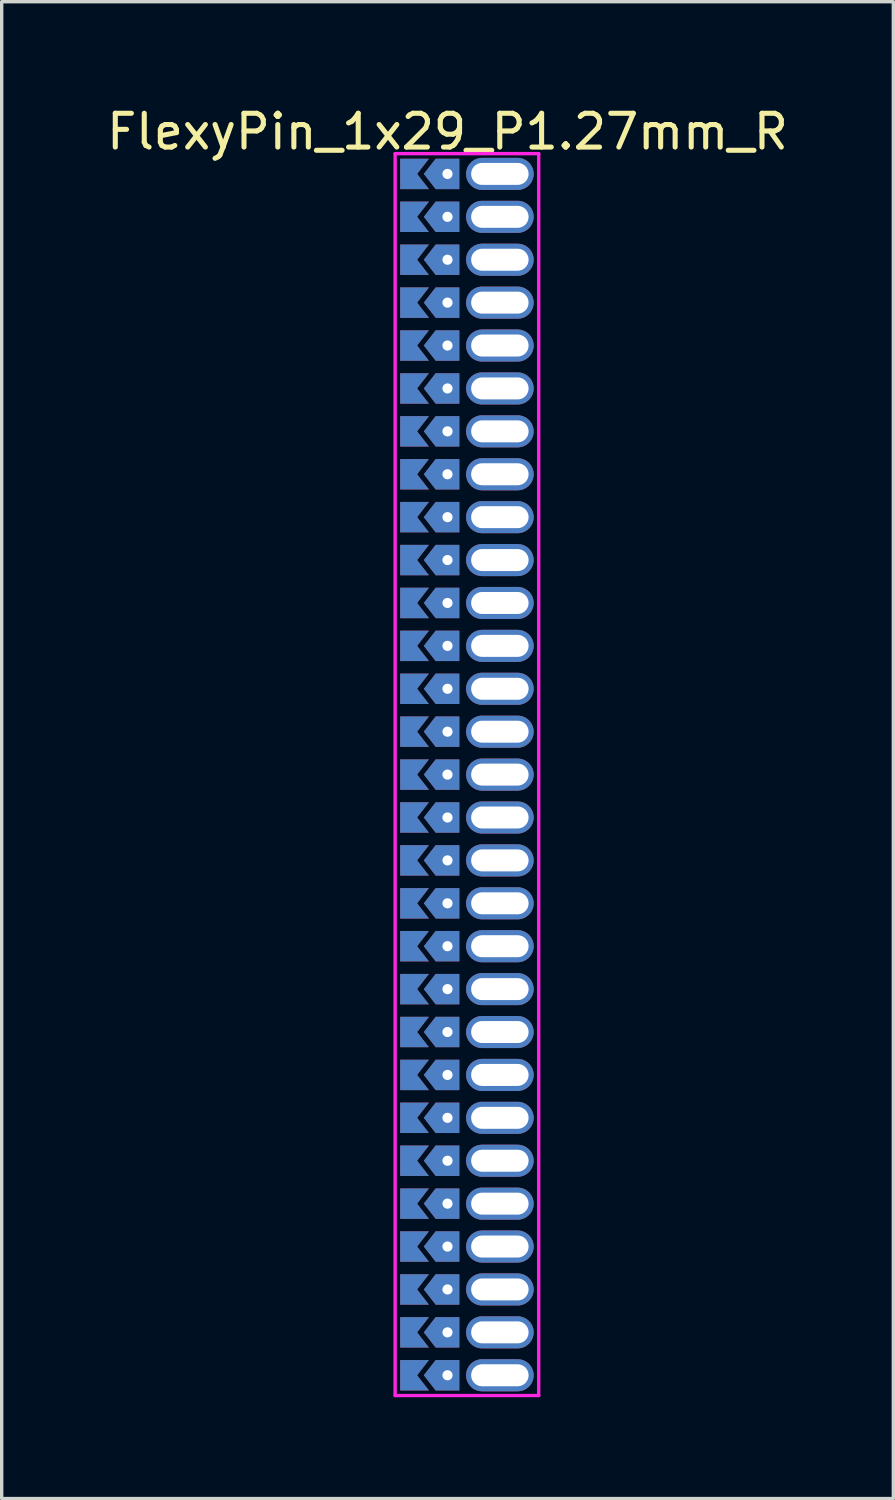
<source format=kicad_pcb>
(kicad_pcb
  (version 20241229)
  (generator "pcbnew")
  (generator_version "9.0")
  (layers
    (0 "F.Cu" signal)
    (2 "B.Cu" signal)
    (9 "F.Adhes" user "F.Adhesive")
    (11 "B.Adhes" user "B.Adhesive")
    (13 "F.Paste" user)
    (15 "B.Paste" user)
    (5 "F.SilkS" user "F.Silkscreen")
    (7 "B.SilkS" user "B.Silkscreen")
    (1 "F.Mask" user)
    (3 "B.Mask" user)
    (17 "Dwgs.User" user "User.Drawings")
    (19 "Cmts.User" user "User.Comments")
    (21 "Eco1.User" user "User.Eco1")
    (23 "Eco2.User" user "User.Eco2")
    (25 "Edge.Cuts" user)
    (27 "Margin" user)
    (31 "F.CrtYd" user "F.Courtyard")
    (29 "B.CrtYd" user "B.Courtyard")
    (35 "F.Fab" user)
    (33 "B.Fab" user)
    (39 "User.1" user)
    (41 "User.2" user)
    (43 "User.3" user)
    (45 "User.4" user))
  (footprint "FlexyPin_1x29_P1.27mm_R"
    (layer "F.Cu")
    (at 10.196 2.098)
    (property "Reference" "FlexyPin_1x29_P1.27mm_R" (at 0 -1.25 0) (layer "F.SilkS") (effects (font (size 1 1) (thickness 0.15))))
    (attr through_hole)
    (fp_line (start -1.55 -0.6) (end 2.7 -0.6) (stroke (width 0.1) (type solid)) (layer "F.CrtYd"))
    (fp_line (start -1.55 36.16) (end -1.55 -0.6) (stroke (width 0.1) (type solid)) (layer "F.CrtYd"))
    (fp_line (start 2.7 -0.6) (end 2.7 36.16) (stroke (width 0.1) (type solid)) (layer "F.CrtYd"))
    (fp_line (start 2.7 36.16) (end -1.55 36.16) (stroke (width 0.1) (type solid)) (layer "F.CrtYd"))
    (pad "" thru_hole custom (at 0 0) (size 0.3 0.3) (drill 0.6) (layers "*.Cu" "*.Mask") (options (anchor rect)) (primitives (gr_poly (pts (xy 0.35 0.45) (xy 0.35 -0.45) (xy -0.35 -0.45) (xy -0.7 0) (xy -0.35 0.45)) (width 0) (fill yes))))
    (pad "" thru_hole custom (at 0 1.27) (size 0.3 0.3) (drill 0.6) (layers "*.Cu" "*.Mask") (options (anchor rect)) (primitives (gr_poly (pts (xy 0.35 0.45) (xy 0.35 -0.45) (xy -0.35 -0.45) (xy -0.7 0) (xy -0.35 0.45)) (width 0) (fill yes))))
    (pad "" thru_hole custom (at 0 2.54) (size 0.3 0.3) (drill 0.6) (layers "*.Cu" "*.Mask") (options (anchor rect)) (primitives (gr_poly (pts (xy 0.35 0.45) (xy 0.35 -0.45) (xy -0.35 -0.45) (xy -0.7 0) (xy -0.35 0.45)) (width 0) (fill yes))))
    (pad "" thru_hole custom (at 0 3.81) (size 0.3 0.3) (drill 0.6) (layers "*.Cu" "*.Mask") (options (anchor rect)) (primitives (gr_poly (pts (xy 0.35 0.45) (xy 0.35 -0.45) (xy -0.35 -0.45) (xy -0.7 0) (xy -0.35 0.45)) (width 0) (fill yes))))
    (pad "" thru_hole custom (at 0 5.08) (size 0.3 0.3) (drill 0.6) (layers "*.Cu" "*.Mask") (options (anchor rect)) (primitives (gr_poly (pts (xy 0.35 0.45) (xy 0.35 -0.45) (xy -0.35 -0.45) (xy -0.7 0) (xy -0.35 0.45)) (width 0) (fill yes))))
    (pad "" thru_hole custom (at 0 6.35) (size 0.3 0.3) (drill 0.6) (layers "*.Cu" "*.Mask") (options (anchor rect)) (primitives (gr_poly (pts (xy 0.35 0.45) (xy 0.35 -0.45) (xy -0.35 -0.45) (xy -0.7 0) (xy -0.35 0.45)) (width 0) (fill yes))))
    (pad "" thru_hole custom (at 0 7.62) (size 0.3 0.3) (drill 0.6) (layers "*.Cu" "*.Mask") (options (anchor rect)) (primitives (gr_poly (pts (xy 0.35 0.45) (xy 0.35 -0.45) (xy -0.35 -0.45) (xy -0.7 0) (xy -0.35 0.45)) (width 0) (fill yes))))
    (pad "" thru_hole custom (at 0 8.89) (size 0.3 0.3) (drill 0.6) (layers "*.Cu" "*.Mask") (options (anchor rect)) (primitives (gr_poly (pts (xy 0.35 0.45) (xy 0.35 -0.45) (xy -0.35 -0.45) (xy -0.7 0) (xy -0.35 0.45)) (width 0) (fill yes))))
    (pad "" thru_hole custom (at 0 10.16) (size 0.3 0.3) (drill 0.6) (layers "*.Cu" "*.Mask") (options (anchor rect)) (primitives (gr_poly (pts (xy 0.35 0.45) (xy 0.35 -0.45) (xy -0.35 -0.45) (xy -0.7 0) (xy -0.35 0.45)) (width 0) (fill yes))))
    (pad "" thru_hole custom (at 0 11.43) (size 0.3 0.3) (drill 0.6) (layers "*.Cu" "*.Mask") (options (anchor rect)) (primitives (gr_poly (pts (xy 0.35 0.45) (xy 0.35 -0.45) (xy -0.35 -0.45) (xy -0.7 0) (xy -0.35 0.45)) (width 0) (fill yes))))
    (pad "" thru_hole custom (at 0 12.7) (size 0.3 0.3) (drill 0.6) (layers "*.Cu" "*.Mask") (options (anchor rect)) (primitives (gr_poly (pts (xy 0.35 0.45) (xy 0.35 -0.45) (xy -0.35 -0.45) (xy -0.7 0) (xy -0.35 0.45)) (width 0) (fill yes))))
    (pad "" thru_hole custom (at 0 13.97) (size 0.3 0.3) (drill 0.6) (layers "*.Cu" "*.Mask") (options (anchor rect)) (primitives (gr_poly (pts (xy 0.35 0.45) (xy 0.35 -0.45) (xy -0.35 -0.45) (xy -0.7 0) (xy -0.35 0.45)) (width 0) (fill yes))))
    (pad "" thru_hole custom (at 0 15.24) (size 0.3 0.3) (drill 0.6) (layers "*.Cu" "*.Mask") (options (anchor rect)) (primitives (gr_poly (pts (xy 0.35 0.45) (xy 0.35 -0.45) (xy -0.35 -0.45) (xy -0.7 0) (xy -0.35 0.45)) (width 0) (fill yes))))
    (pad "" thru_hole custom (at 0 16.51) (size 0.3 0.3) (drill 0.6) (layers "*.Cu" "*.Mask") (options (anchor rect)) (primitives (gr_poly (pts (xy 0.35 0.45) (xy 0.35 -0.45) (xy -0.35 -0.45) (xy -0.7 0) (xy -0.35 0.45)) (width 0) (fill yes))))
    (pad "" thru_hole custom (at 0 17.78) (size 0.3 0.3) (drill 0.6) (layers "*.Cu" "*.Mask") (options (anchor rect)) (primitives (gr_poly (pts (xy 0.35 0.45) (xy 0.35 -0.45) (xy -0.35 -0.45) (xy -0.7 0) (xy -0.35 0.45)) (width 0) (fill yes))))
    (pad "" thru_hole custom (at 0 19.05) (size 0.3 0.3) (drill 0.6) (layers "*.Cu" "*.Mask") (options (anchor rect)) (primitives (gr_poly (pts (xy 0.35 0.45) (xy 0.35 -0.45) (xy -0.35 -0.45) (xy -0.7 0) (xy -0.35 0.45)) (width 0) (fill yes))))
    (pad "" thru_hole custom (at 0 20.32) (size 0.3 0.3) (drill 0.6) (layers "*.Cu" "*.Mask") (options (anchor rect)) (primitives (gr_poly (pts (xy 0.35 0.45) (xy 0.35 -0.45) (xy -0.35 -0.45) (xy -0.7 0) (xy -0.35 0.45)) (width 0) (fill yes))))
    (pad "" thru_hole custom (at 0 21.59) (size 0.3 0.3) (drill 0.6) (layers "*.Cu" "*.Mask") (options (anchor rect)) (primitives (gr_poly (pts (xy 0.35 0.45) (xy 0.35 -0.45) (xy -0.35 -0.45) (xy -0.7 0) (xy -0.35 0.45)) (width 0) (fill yes))))
    (pad "" thru_hole custom (at 0 22.86) (size 0.3 0.3) (drill 0.6) (layers "*.Cu" "*.Mask") (options (anchor rect)) (primitives (gr_poly (pts (xy 0.35 0.45) (xy 0.35 -0.45) (xy -0.35 -0.45) (xy -0.7 0) (xy -0.35 0.45)) (width 0) (fill yes))))
    (pad "" thru_hole custom (at 0 24.13) (size 0.3 0.3) (drill 0.6) (layers "*.Cu" "*.Mask") (options (anchor rect)) (primitives (gr_poly (pts (xy 0.35 0.45) (xy 0.35 -0.45) (xy -0.35 -0.45) (xy -0.7 0) (xy -0.35 0.45)) (width 0) (fill yes))))
    (pad "" thru_hole custom (at 0 25.4) (size 0.3 0.3) (drill 0.6) (layers "*.Cu" "*.Mask") (options (anchor rect)) (primitives (gr_poly (pts (xy 0.35 0.45) (xy 0.35 -0.45) (xy -0.35 -0.45) (xy -0.7 0) (xy -0.35 0.45)) (width 0) (fill yes))))
    (pad "" thru_hole custom (at 0 26.67) (size 0.3 0.3) (drill 0.6) (layers "*.Cu" "*.Mask") (options (anchor rect)) (primitives (gr_poly (pts (xy 0.35 0.45) (xy 0.35 -0.45) (xy -0.35 -0.45) (xy -0.7 0) (xy -0.35 0.45)) (width 0) (fill yes))))
    (pad "" thru_hole custom (at 0 27.94) (size 0.3 0.3) (drill 0.6) (layers "*.Cu" "*.Mask") (options (anchor rect)) (primitives (gr_poly (pts (xy 0.35 0.45) (xy 0.35 -0.45) (xy -0.35 -0.45) (xy -0.7 0) (xy -0.35 0.45)) (width 0) (fill yes))))
    (pad "" thru_hole custom (at 0 29.21) (size 0.3 0.3) (drill 0.6) (layers "*.Cu" "*.Mask") (options (anchor rect)) (primitives (gr_poly (pts (xy 0.35 0.45) (xy 0.35 -0.45) (xy -0.35 -0.45) (xy -0.7 0) (xy -0.35 0.45)) (width 0) (fill yes))))
    (pad "" thru_hole custom (at 0 30.48) (size 0.3 0.3) (drill 0.6) (layers "*.Cu" "*.Mask") (options (anchor rect)) (primitives (gr_poly (pts (xy 0.35 0.45) (xy 0.35 -0.45) (xy -0.35 -0.45) (xy -0.7 0) (xy -0.35 0.45)) (width 0) (fill yes))))
    (pad "" thru_hole custom (at 0 31.75) (size 0.3 0.3) (drill 0.6) (layers "*.Cu" "*.Mask") (options (anchor rect)) (primitives (gr_poly (pts (xy 0.35 0.45) (xy 0.35 -0.45) (xy -0.35 -0.45) (xy -0.7 0) (xy -0.35 0.45)) (width 0) (fill yes))))
    (pad "" thru_hole custom (at 0 33.02) (size 0.3 0.3) (drill 0.6) (layers "*.Cu" "*.Mask") (options (anchor rect)) (primitives (gr_poly (pts (xy 0.35 0.45) (xy 0.35 -0.45) (xy -0.35 -0.45) (xy -0.7 0) (xy -0.35 0.45)) (width 0) (fill yes))))
    (pad "" thru_hole custom (at 0 34.29) (size 0.3 0.3) (drill 0.6) (layers "*.Cu" "*.Mask") (options (anchor rect)) (primitives (gr_poly (pts (xy 0.35 0.45) (xy 0.35 -0.45) (xy -0.35 -0.45) (xy -0.7 0) (xy -0.35 0.45)) (width 0) (fill yes))))
    (pad "" thru_hole custom (at 0 35.56) (size 0.3 0.3) (drill 0.6) (layers "*.Cu" "*.Mask") (options (anchor rect)) (primitives (gr_poly (pts (xy 0.35 0.45) (xy 0.35 -0.45) (xy -0.35 -0.45) (xy -0.7 0) (xy -0.35 0.45)) (width 0) (fill yes))))
    (pad "" thru_hole oval (at 1.55 0) (size 2 0.95) (drill oval 1.7 0.65) (layers "*.Cu" "*.Mask"))
    (pad "" thru_hole oval (at 1.55 1.27) (size 2 0.95) (drill oval 1.7 0.65) (layers "*.Cu" "*.Mask"))
    (pad "" thru_hole oval (at 1.55 2.54) (size 2 0.95) (drill oval 1.7 0.65) (layers "*.Cu" "*.Mask"))
    (pad "" thru_hole oval (at 1.55 3.81) (size 2 0.95) (drill oval 1.7 0.65) (layers "*.Cu" "*.Mask"))
    (pad "" thru_hole oval (at 1.55 5.08) (size 2 0.95) (drill oval 1.7 0.65) (layers "*.Cu" "*.Mask"))
    (pad "" thru_hole oval (at 1.55 6.35) (size 2 0.95) (drill oval 1.7 0.65) (layers "*.Cu" "*.Mask"))
    (pad "" thru_hole oval (at 1.55 7.62) (size 2 0.95) (drill oval 1.7 0.65) (layers "*.Cu" "*.Mask"))
    (pad "" thru_hole oval (at 1.55 8.89) (size 2 0.95) (drill oval 1.7 0.65) (layers "*.Cu" "*.Mask"))
    (pad "" thru_hole oval (at 1.55 10.16) (size 2 0.95) (drill oval 1.7 0.65) (layers "*.Cu" "*.Mask"))
    (pad "" thru_hole oval (at 1.55 11.43) (size 2 0.95) (drill oval 1.7 0.65) (layers "*.Cu" "*.Mask"))
    (pad "" thru_hole oval (at 1.55 12.7) (size 2 0.95) (drill oval 1.7 0.65) (layers "*.Cu" "*.Mask"))
    (pad "" thru_hole oval (at 1.55 13.97) (size 2 0.95) (drill oval 1.7 0.65) (layers "*.Cu" "*.Mask"))
    (pad "" thru_hole oval (at 1.55 15.24) (size 2 0.95) (drill oval 1.7 0.65) (layers "*.Cu" "*.Mask"))
    (pad "" thru_hole oval (at 1.55 16.51) (size 2 0.95) (drill oval 1.7 0.65) (layers "*.Cu" "*.Mask"))
    (pad "" thru_hole oval (at 1.55 17.78) (size 2 0.95) (drill oval 1.7 0.65) (layers "*.Cu" "*.Mask"))
    (pad "" thru_hole oval (at 1.55 19.05) (size 2 0.95) (drill oval 1.7 0.65) (layers "*.Cu" "*.Mask"))
    (pad "" thru_hole oval (at 1.55 20.32) (size 2 0.95) (drill oval 1.7 0.65) (layers "*.Cu" "*.Mask"))
    (pad "" thru_hole oval (at 1.55 21.59) (size 2 0.95) (drill oval 1.7 0.65) (layers "*.Cu" "*.Mask"))
    (pad "" thru_hole oval (at 1.55 22.86) (size 2 0.95) (drill oval 1.7 0.65) (layers "*.Cu" "*.Mask"))
    (pad "" thru_hole oval (at 1.55 24.13) (size 2 0.95) (drill oval 1.7 0.65) (layers "*.Cu" "*.Mask"))
    (pad "" thru_hole oval (at 1.55 25.4) (size 2 0.95) (drill oval 1.7 0.65) (layers "*.Cu" "*.Mask"))
    (pad "" thru_hole oval (at 1.55 26.67) (size 2 0.95) (drill oval 1.7 0.65) (layers "*.Cu" "*.Mask"))
    (pad "" thru_hole oval (at 1.55 27.94) (size 2 0.95) (drill oval 1.7 0.65) (layers "*.Cu" "*.Mask"))
    (pad "" thru_hole oval (at 1.55 29.21) (size 2 0.95) (drill oval 1.7 0.65) (layers "*.Cu" "*.Mask"))
    (pad "" thru_hole oval (at 1.55 30.48) (size 2 0.95) (drill oval 1.7 0.65) (layers "*.Cu" "*.Mask"))
    (pad "" thru_hole oval (at 1.55 31.75) (size 2 0.95) (drill oval 1.7 0.65) (layers "*.Cu" "*.Mask"))
    (pad "" thru_hole oval (at 1.55 33.02) (size 2 0.95) (drill oval 1.7 0.65) (layers "*.Cu" "*.Mask"))
    (pad "" thru_hole oval (at 1.55 34.29) (size 2 0.95) (drill oval 1.7 0.65) (layers "*.Cu" "*.Mask"))
    (pad "" thru_hole oval (at 1.55 35.56) (size 2 0.95) (drill oval 1.7 0.65) (layers "*.Cu" "*.Mask"))
    (pad "1" smd custom (at -0.9 0) (size 0.01 0.01) (layers "F.Cu" "F.Mask") (options (anchor rect)) (primitives (gr_poly (pts (xy 0 0) (xy 0.35 0.45) (xy -0.5 0.45) (xy -0.5 -0.45) (xy 0.35 -0.45)) (width 0) (fill yes))))
    (pad "1" smd custom (at -0.9 1.27) (size 0.01 0.01) (layers "F.Cu" "F.Mask") (options (anchor rect)) (primitives (gr_poly (pts (xy 0 0) (xy 0.35 0.45) (xy -0.5 0.45) (xy -0.5 -0.45) (xy 0.35 -0.45)) (width 0) (fill yes))))
    (pad "1" smd custom (at -0.9 2.54) (size 0.01 0.01) (layers "F.Cu" "F.Mask") (options (anchor rect)) (primitives (gr_poly (pts (xy 0 0) (xy 0.35 0.45) (xy -0.5 0.45) (xy -0.5 -0.45) (xy 0.35 -0.45)) (width 0) (fill yes))))
    (pad "1" smd custom (at -0.9 3.81) (size 0.01 0.01) (layers "F.Cu" "F.Mask") (options (anchor rect)) (primitives (gr_poly (pts (xy 0 0) (xy 0.35 0.45) (xy -0.5 0.45) (xy -0.5 -0.45) (xy 0.35 -0.45)) (width 0) (fill yes))))
    (pad "1" smd custom (at -0.9 5.08) (size 0.01 0.01) (layers "F.Cu" "F.Mask") (options (anchor rect)) (primitives (gr_poly (pts (xy 0 0) (xy 0.35 0.45) (xy -0.5 0.45) (xy -0.5 -0.45) (xy 0.35 -0.45)) (width 0) (fill yes))))
    (pad "1" smd custom (at -0.9 6.35) (size 0.01 0.01) (layers "F.Cu" "F.Mask") (options (anchor rect)) (primitives (gr_poly (pts (xy 0 0) (xy 0.35 0.45) (xy -0.5 0.45) (xy -0.5 -0.45) (xy 0.35 -0.45)) (width 0) (fill yes))))
    (pad "1" smd custom (at -0.9 7.62) (size 0.01 0.01) (layers "F.Cu" "F.Mask") (options (anchor rect)) (primitives (gr_poly (pts (xy 0 0) (xy 0.35 0.45) (xy -0.5 0.45) (xy -0.5 -0.45) (xy 0.35 -0.45)) (width 0) (fill yes))))
    (pad "1" smd custom (at -0.9 8.89) (size 0.01 0.01) (layers "F.Cu" "F.Mask") (options (anchor rect)) (primitives (gr_poly (pts (xy 0 0) (xy 0.35 0.45) (xy -0.5 0.45) (xy -0.5 -0.45) (xy 0.35 -0.45)) (width 0) (fill yes))))
    (pad "1" smd custom (at -0.9 10.16) (size 0.01 0.01) (layers "F.Cu" "F.Mask") (options (anchor rect)) (primitives (gr_poly (pts (xy 0 0) (xy 0.35 0.45) (xy -0.5 0.45) (xy -0.5 -0.45) (xy 0.35 -0.45)) (width 0) (fill yes))))
    (pad "1" smd custom (at -0.9 11.43) (size 0.01 0.01) (layers "F.Cu" "F.Mask") (options (anchor rect)) (primitives (gr_poly (pts (xy 0 0) (xy 0.35 0.45) (xy -0.5 0.45) (xy -0.5 -0.45) (xy 0.35 -0.45)) (width 0) (fill yes))))
    (pad "1" smd custom (at -0.9 12.7) (size 0.01 0.01) (layers "F.Cu" "F.Mask") (options (anchor rect)) (primitives (gr_poly (pts (xy 0 0) (xy 0.35 0.45) (xy -0.5 0.45) (xy -0.5 -0.45) (xy 0.35 -0.45)) (width 0) (fill yes))))
    (pad "1" smd custom (at -0.9 13.97) (size 0.01 0.01) (layers "F.Cu" "F.Mask") (options (anchor rect)) (primitives (gr_poly (pts (xy 0 0) (xy 0.35 0.45) (xy -0.5 0.45) (xy -0.5 -0.45) (xy 0.35 -0.45)) (width 0) (fill yes))))
    (pad "1" smd custom (at -0.9 15.24) (size 0.01 0.01) (layers "F.Cu" "F.Mask") (options (anchor rect)) (primitives (gr_poly (pts (xy 0 0) (xy 0.35 0.45) (xy -0.5 0.45) (xy -0.5 -0.45) (xy 0.35 -0.45)) (width 0) (fill yes))))
    (pad "1" smd custom (at -0.9 16.51) (size 0.01 0.01) (layers "F.Cu" "F.Mask") (options (anchor rect)) (primitives (gr_poly (pts (xy 0 0) (xy 0.35 0.45) (xy -0.5 0.45) (xy -0.5 -0.45) (xy 0.35 -0.45)) (width 0) (fill yes))))
    (pad "1" smd custom (at -0.9 17.78) (size 0.01 0.01) (layers "F.Cu" "F.Mask") (options (anchor rect)) (primitives (gr_poly (pts (xy 0 0) (xy 0.35 0.45) (xy -0.5 0.45) (xy -0.5 -0.45) (xy 0.35 -0.45)) (width 0) (fill yes))))
    (pad "1" smd custom (at -0.9 19.05) (size 0.01 0.01) (layers "F.Cu" "F.Mask") (options (anchor rect)) (primitives (gr_poly (pts (xy 0 0) (xy 0.35 0.45) (xy -0.5 0.45) (xy -0.5 -0.45) (xy 0.35 -0.45)) (width 0) (fill yes))))
    (pad "1" smd custom (at -0.9 20.32) (size 0.01 0.01) (layers "F.Cu" "F.Mask") (options (anchor rect)) (primitives (gr_poly (pts (xy 0 0) (xy 0.35 0.45) (xy -0.5 0.45) (xy -0.5 -0.45) (xy 0.35 -0.45)) (width 0) (fill yes))))
    (pad "1" smd custom (at -0.9 21.59) (size 0.01 0.01) (layers "F.Cu" "F.Mask") (options (anchor rect)) (primitives (gr_poly (pts (xy 0 0) (xy 0.35 0.45) (xy -0.5 0.45) (xy -0.5 -0.45) (xy 0.35 -0.45)) (width 0) (fill yes))))
    (pad "1" smd custom (at -0.9 22.86) (size 0.01 0.01) (layers "F.Cu" "F.Mask") (options (anchor rect)) (primitives (gr_poly (pts (xy 0 0) (xy 0.35 0.45) (xy -0.5 0.45) (xy -0.5 -0.45) (xy 0.35 -0.45)) (width 0) (fill yes))))
    (pad "1" smd custom (at -0.9 24.13) (size 0.01 0.01) (layers "F.Cu" "F.Mask") (options (anchor rect)) (primitives (gr_poly (pts (xy 0 0) (xy 0.35 0.45) (xy -0.5 0.45) (xy -0.5 -0.45) (xy 0.35 -0.45)) (width 0) (fill yes))))
    (pad "1" smd custom (at -0.9 25.4) (size 0.01 0.01) (layers "F.Cu" "F.Mask") (options (anchor rect)) (primitives (gr_poly (pts (xy 0 0) (xy 0.35 0.45) (xy -0.5 0.45) (xy -0.5 -0.45) (xy 0.35 -0.45)) (width 0) (fill yes))))
    (pad "1" smd custom (at -0.9 26.67) (size 0.01 0.01) (layers "F.Cu" "F.Mask") (options (anchor rect)) (primitives (gr_poly (pts (xy 0 0) (xy 0.35 0.45) (xy -0.5 0.45) (xy -0.5 -0.45) (xy 0.35 -0.45)) (width 0) (fill yes))))
    (pad "1" smd custom (at -0.9 27.94) (size 0.01 0.01) (layers "F.Cu" "F.Mask") (options (anchor rect)) (primitives (gr_poly (pts (xy 0 0) (xy 0.35 0.45) (xy -0.5 0.45) (xy -0.5 -0.45) (xy 0.35 -0.45)) (width 0) (fill yes))))
    (pad "1" smd custom (at -0.9 29.21) (size 0.01 0.01) (layers "F.Cu" "F.Mask") (options (anchor rect)) (primitives (gr_poly (pts (xy 0 0) (xy 0.35 0.45) (xy -0.5 0.45) (xy -0.5 -0.45) (xy 0.35 -0.45)) (width 0) (fill yes))))
    (pad "1" smd custom (at -0.9 30.48) (size 0.01 0.01) (layers "F.Cu" "F.Mask") (options (anchor rect)) (primitives (gr_poly (pts (xy 0 0) (xy 0.35 0.45) (xy -0.5 0.45) (xy -0.5 -0.45) (xy 0.35 -0.45)) (width 0) (fill yes))))
    (pad "1" smd custom (at -0.9 31.75) (size 0.01 0.01) (layers "F.Cu" "F.Mask") (options (anchor rect)) (primitives (gr_poly (pts (xy 0 0) (xy 0.35 0.45) (xy -0.5 0.45) (xy -0.5 -0.45) (xy 0.35 -0.45)) (width 0) (fill yes))))
    (pad "1" smd custom (at -0.9 33.02) (size 0.01 0.01) (layers "F.Cu" "F.Mask") (options (anchor rect)) (primitives (gr_poly (pts (xy 0 0) (xy 0.35 0.45) (xy -0.5 0.45) (xy -0.5 -0.45) (xy 0.35 -0.45)) (width 0) (fill yes))))
    (pad "1" smd custom (at -0.9 34.29) (size 0.01 0.01) (layers "F.Cu" "F.Mask") (options (anchor rect)) (primitives (gr_poly (pts (xy 0 0) (xy 0.35 0.45) (xy -0.5 0.45) (xy -0.5 -0.45) (xy 0.35 -0.45)) (width 0) (fill yes))))
    (pad "1" smd custom (at -0.9 35.56) (size 0.01 0.01) (layers "F.Cu" "F.Mask") (options (anchor rect)) (primitives (gr_poly (pts (xy 0 0) (xy 0.35 0.45) (xy -0.5 0.45) (xy -0.5 -0.45) (xy 0.35 -0.45)) (width 0) (fill yes))))
    (pad "2" smd custom (at -0.9 0) (size 0.01 0.01) (layers "B.Cu" "B.Mask") (options (anchor rect)) (primitives (gr_poly (pts (xy 0 0) (xy 0.35 0.45) (xy -0.5 0.45) (xy -0.5 -0.45) (xy 0.35 -0.45)) (width 0) (fill yes))))
    (pad "2" smd custom (at -0.9 1.27) (size 0.01 0.01) (layers "B.Cu" "B.Mask") (options (anchor rect)) (primitives (gr_poly (pts (xy 0 0) (xy 0.35 0.45) (xy -0.5 0.45) (xy -0.5 -0.45) (xy 0.35 -0.45)) (width 0) (fill yes))))
    (pad "2" smd custom (at -0.9 2.54) (size 0.01 0.01) (layers "B.Cu" "B.Mask") (options (anchor rect)) (primitives (gr_poly (pts (xy 0 0) (xy 0.35 0.45) (xy -0.5 0.45) (xy -0.5 -0.45) (xy 0.35 -0.45)) (width 0) (fill yes))))
    (pad "2" smd custom (at -0.9 3.81) (size 0.01 0.01) (layers "B.Cu" "B.Mask") (options (anchor rect)) (primitives (gr_poly (pts (xy 0 0) (xy 0.35 0.45) (xy -0.5 0.45) (xy -0.5 -0.45) (xy 0.35 -0.45)) (width 0) (fill yes))))
    (pad "2" smd custom (at -0.9 5.08) (size 0.01 0.01) (layers "B.Cu" "B.Mask") (options (anchor rect)) (primitives (gr_poly (pts (xy 0 0) (xy 0.35 0.45) (xy -0.5 0.45) (xy -0.5 -0.45) (xy 0.35 -0.45)) (width 0) (fill yes))))
    (pad "2" smd custom (at -0.9 6.35) (size 0.01 0.01) (layers "B.Cu" "B.Mask") (options (anchor rect)) (primitives (gr_poly (pts (xy 0 0) (xy 0.35 0.45) (xy -0.5 0.45) (xy -0.5 -0.45) (xy 0.35 -0.45)) (width 0) (fill yes))))
    (pad "2" smd custom (at -0.9 7.62) (size 0.01 0.01) (layers "B.Cu" "B.Mask") (options (anchor rect)) (primitives (gr_poly (pts (xy 0 0) (xy 0.35 0.45) (xy -0.5 0.45) (xy -0.5 -0.45) (xy 0.35 -0.45)) (width 0) (fill yes))))
    (pad "2" smd custom (at -0.9 8.89) (size 0.01 0.01) (layers "B.Cu" "B.Mask") (options (anchor rect)) (primitives (gr_poly (pts (xy 0 0) (xy 0.35 0.45) (xy -0.5 0.45) (xy -0.5 -0.45) (xy 0.35 -0.45)) (width 0) (fill yes))))
    (pad "2" smd custom (at -0.9 10.16) (size 0.01 0.01) (layers "B.Cu" "B.Mask") (options (anchor rect)) (primitives (gr_poly (pts (xy 0 0) (xy 0.35 0.45) (xy -0.5 0.45) (xy -0.5 -0.45) (xy 0.35 -0.45)) (width 0) (fill yes))))
    (pad "2" smd custom (at -0.9 11.43) (size 0.01 0.01) (layers "B.Cu" "B.Mask") (options (anchor rect)) (primitives (gr_poly (pts (xy 0 0) (xy 0.35 0.45) (xy -0.5 0.45) (xy -0.5 -0.45) (xy 0.35 -0.45)) (width 0) (fill yes))))
    (pad "2" smd custom (at -0.9 12.7) (size 0.01 0.01) (layers "B.Cu" "B.Mask") (options (anchor rect)) (primitives (gr_poly (pts (xy 0 0) (xy 0.35 0.45) (xy -0.5 0.45) (xy -0.5 -0.45) (xy 0.35 -0.45)) (width 0) (fill yes))))
    (pad "2" smd custom (at -0.9 13.97) (size 0.01 0.01) (layers "B.Cu" "B.Mask") (options (anchor rect)) (primitives (gr_poly (pts (xy 0 0) (xy 0.35 0.45) (xy -0.5 0.45) (xy -0.5 -0.45) (xy 0.35 -0.45)) (width 0) (fill yes))))
    (pad "2" smd custom (at -0.9 15.24) (size 0.01 0.01) (layers "B.Cu" "B.Mask") (options (anchor rect)) (primitives (gr_poly (pts (xy 0 0) (xy 0.35 0.45) (xy -0.5 0.45) (xy -0.5 -0.45) (xy 0.35 -0.45)) (width 0) (fill yes))))
    (pad "2" smd custom (at -0.9 16.51) (size 0.01 0.01) (layers "B.Cu" "B.Mask") (options (anchor rect)) (primitives (gr_poly (pts (xy 0 0) (xy 0.35 0.45) (xy -0.5 0.45) (xy -0.5 -0.45) (xy 0.35 -0.45)) (width 0) (fill yes))))
    (pad "2" smd custom (at -0.9 17.78) (size 0.01 0.01) (layers "B.Cu" "B.Mask") (options (anchor rect)) (primitives (gr_poly (pts (xy 0 0) (xy 0.35 0.45) (xy -0.5 0.45) (xy -0.5 -0.45) (xy 0.35 -0.45)) (width 0) (fill yes))))
    (pad "2" smd custom (at -0.9 19.05) (size 0.01 0.01) (layers "B.Cu" "B.Mask") (options (anchor rect)) (primitives (gr_poly (pts (xy 0 0) (xy 0.35 0.45) (xy -0.5 0.45) (xy -0.5 -0.45) (xy 0.35 -0.45)) (width 0) (fill yes))))
    (pad "2" smd custom (at -0.9 20.32) (size 0.01 0.01) (layers "B.Cu" "B.Mask") (options (anchor rect)) (primitives (gr_poly (pts (xy 0 0) (xy 0.35 0.45) (xy -0.5 0.45) (xy -0.5 -0.45) (xy 0.35 -0.45)) (width 0) (fill yes))))
    (pad "2" smd custom (at -0.9 21.59) (size 0.01 0.01) (layers "B.Cu" "B.Mask") (options (anchor rect)) (primitives (gr_poly (pts (xy 0 0) (xy 0.35 0.45) (xy -0.5 0.45) (xy -0.5 -0.45) (xy 0.35 -0.45)) (width 0) (fill yes))))
    (pad "2" smd custom (at -0.9 22.86) (size 0.01 0.01) (layers "B.Cu" "B.Mask") (options (anchor rect)) (primitives (gr_poly (pts (xy 0 0) (xy 0.35 0.45) (xy -0.5 0.45) (xy -0.5 -0.45) (xy 0.35 -0.45)) (width 0) (fill yes))))
    (pad "2" smd custom (at -0.9 24.13) (size 0.01 0.01) (layers "B.Cu" "B.Mask") (options (anchor rect)) (primitives (gr_poly (pts (xy 0 0) (xy 0.35 0.45) (xy -0.5 0.45) (xy -0.5 -0.45) (xy 0.35 -0.45)) (width 0) (fill yes))))
    (pad "2" smd custom (at -0.9 25.4) (size 0.01 0.01) (layers "B.Cu" "B.Mask") (options (anchor rect)) (primitives (gr_poly (pts (xy 0 0) (xy 0.35 0.45) (xy -0.5 0.45) (xy -0.5 -0.45) (xy 0.35 -0.45)) (width 0) (fill yes))))
    (pad "2" smd custom (at -0.9 26.67) (size 0.01 0.01) (layers "B.Cu" "B.Mask") (options (anchor rect)) (primitives (gr_poly (pts (xy 0 0) (xy 0.35 0.45) (xy -0.5 0.45) (xy -0.5 -0.45) (xy 0.35 -0.45)) (width 0) (fill yes))))
    (pad "2" smd custom (at -0.9 27.94) (size 0.01 0.01) (layers "B.Cu" "B.Mask") (options (anchor rect)) (primitives (gr_poly (pts (xy 0 0) (xy 0.35 0.45) (xy -0.5 0.45) (xy -0.5 -0.45) (xy 0.35 -0.45)) (width 0) (fill yes))))
    (pad "2" smd custom (at -0.9 29.21) (size 0.01 0.01) (layers "B.Cu" "B.Mask") (options (anchor rect)) (primitives (gr_poly (pts (xy 0 0) (xy 0.35 0.45) (xy -0.5 0.45) (xy -0.5 -0.45) (xy 0.35 -0.45)) (width 0) (fill yes))))
    (pad "2" smd custom (at -0.9 30.48) (size 0.01 0.01) (layers "B.Cu" "B.Mask") (options (anchor rect)) (primitives (gr_poly (pts (xy 0 0) (xy 0.35 0.45) (xy -0.5 0.45) (xy -0.5 -0.45) (xy 0.35 -0.45)) (width 0) (fill yes))))
    (pad "2" smd custom (at -0.9 31.75) (size 0.01 0.01) (layers "B.Cu" "B.Mask") (options (anchor rect)) (primitives (gr_poly (pts (xy 0 0) (xy 0.35 0.45) (xy -0.5 0.45) (xy -0.5 -0.45) (xy 0.35 -0.45)) (width 0) (fill yes))))
    (pad "2" smd custom (at -0.9 33.02) (size 0.01 0.01) (layers "B.Cu" "B.Mask") (options (anchor rect)) (primitives (gr_poly (pts (xy 0 0) (xy 0.35 0.45) (xy -0.5 0.45) (xy -0.5 -0.45) (xy 0.35 -0.45)) (width 0) (fill yes))))
    (pad "2" smd custom (at -0.9 34.29) (size 0.01 0.01) (layers "B.Cu" "B.Mask") (options (anchor rect)) (primitives (gr_poly (pts (xy 0 0) (xy 0.35 0.45) (xy -0.5 0.45) (xy -0.5 -0.45) (xy 0.35 -0.45)) (width 0) (fill yes))))
    (pad "2" smd custom (at -0.9 35.56) (size 0.01 0.01) (layers "B.Cu" "B.Mask") (options (anchor rect)) (primitives (gr_poly (pts (xy 0 0) (xy 0.35 0.45) (xy -0.5 0.45) (xy -0.5 -0.45) (xy 0.35 -0.45)) (width 0) (fill yes)))))
  (gr_rect
    (start -3 -3)
    (end 23.393 41.308)
    (stroke (width 0.1) (type default))
    (fill no)
    (layer "Edge.Cuts")))
</source>
